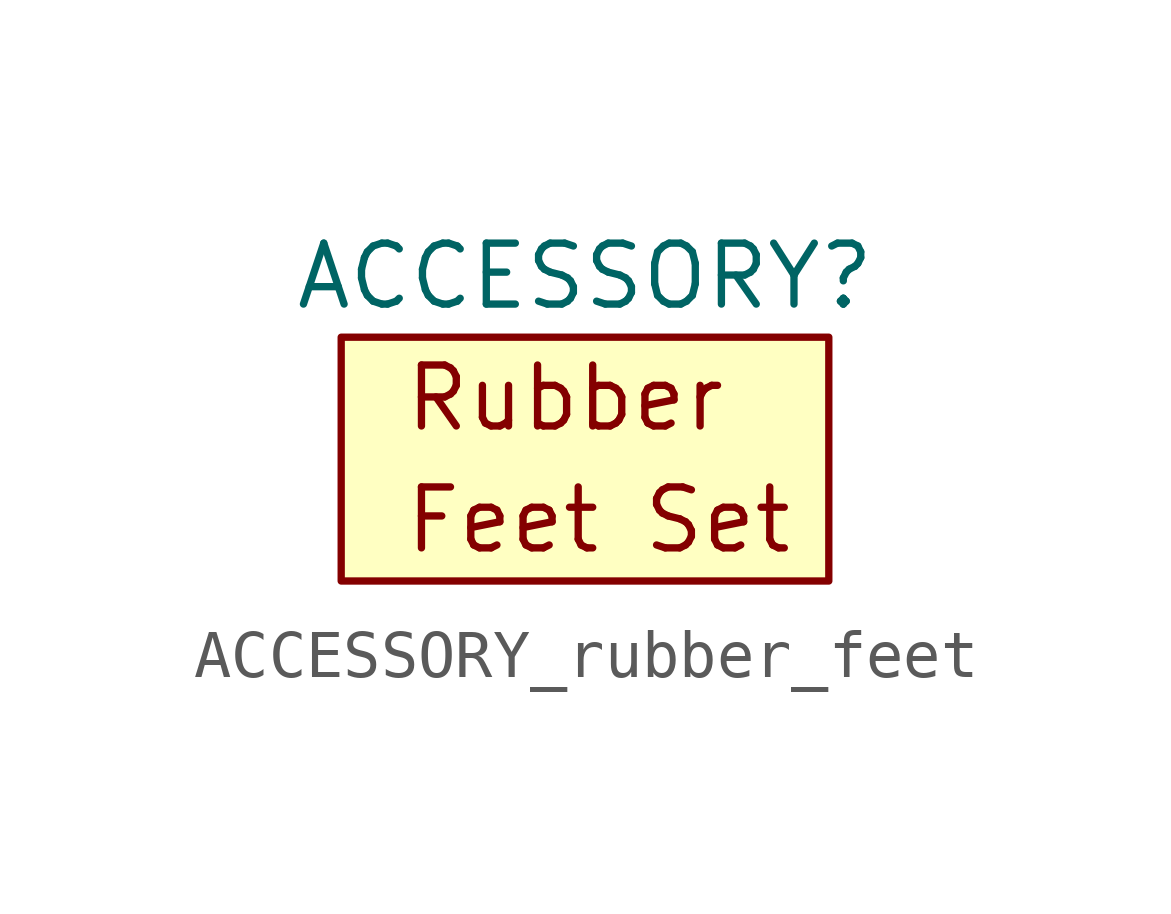
<source format=kicad_sym>
(kicad_symbol_lib
  (version 20220914)
  (generator kicad_symbol_editor)
  (symbol "ACCESSORY_rubber_feet"
    (property "Reference" "ACCESSORY"
      (at 0 3.81 0)
      (effects (font (size 1.27 1.27))))
    (symbol "ACCESSORY_rubber_feet_0_0"
      (text "Feet Set" (at -3.81 -1.27 0) (effects (font (size 1.27 1.27)) (justify left)))
      (text "Rubber " (at -3.81 1.27 0) (effects (font (size 1.27 1.27)) (justify left))))
    (symbol "ACCESSORY_rubber_feet_0_1"
      (rectangle (start -5.08 2.54) (end 5.08 -2.54) (stroke (width 0) (type default)) (fill (type background))))))
</source>
